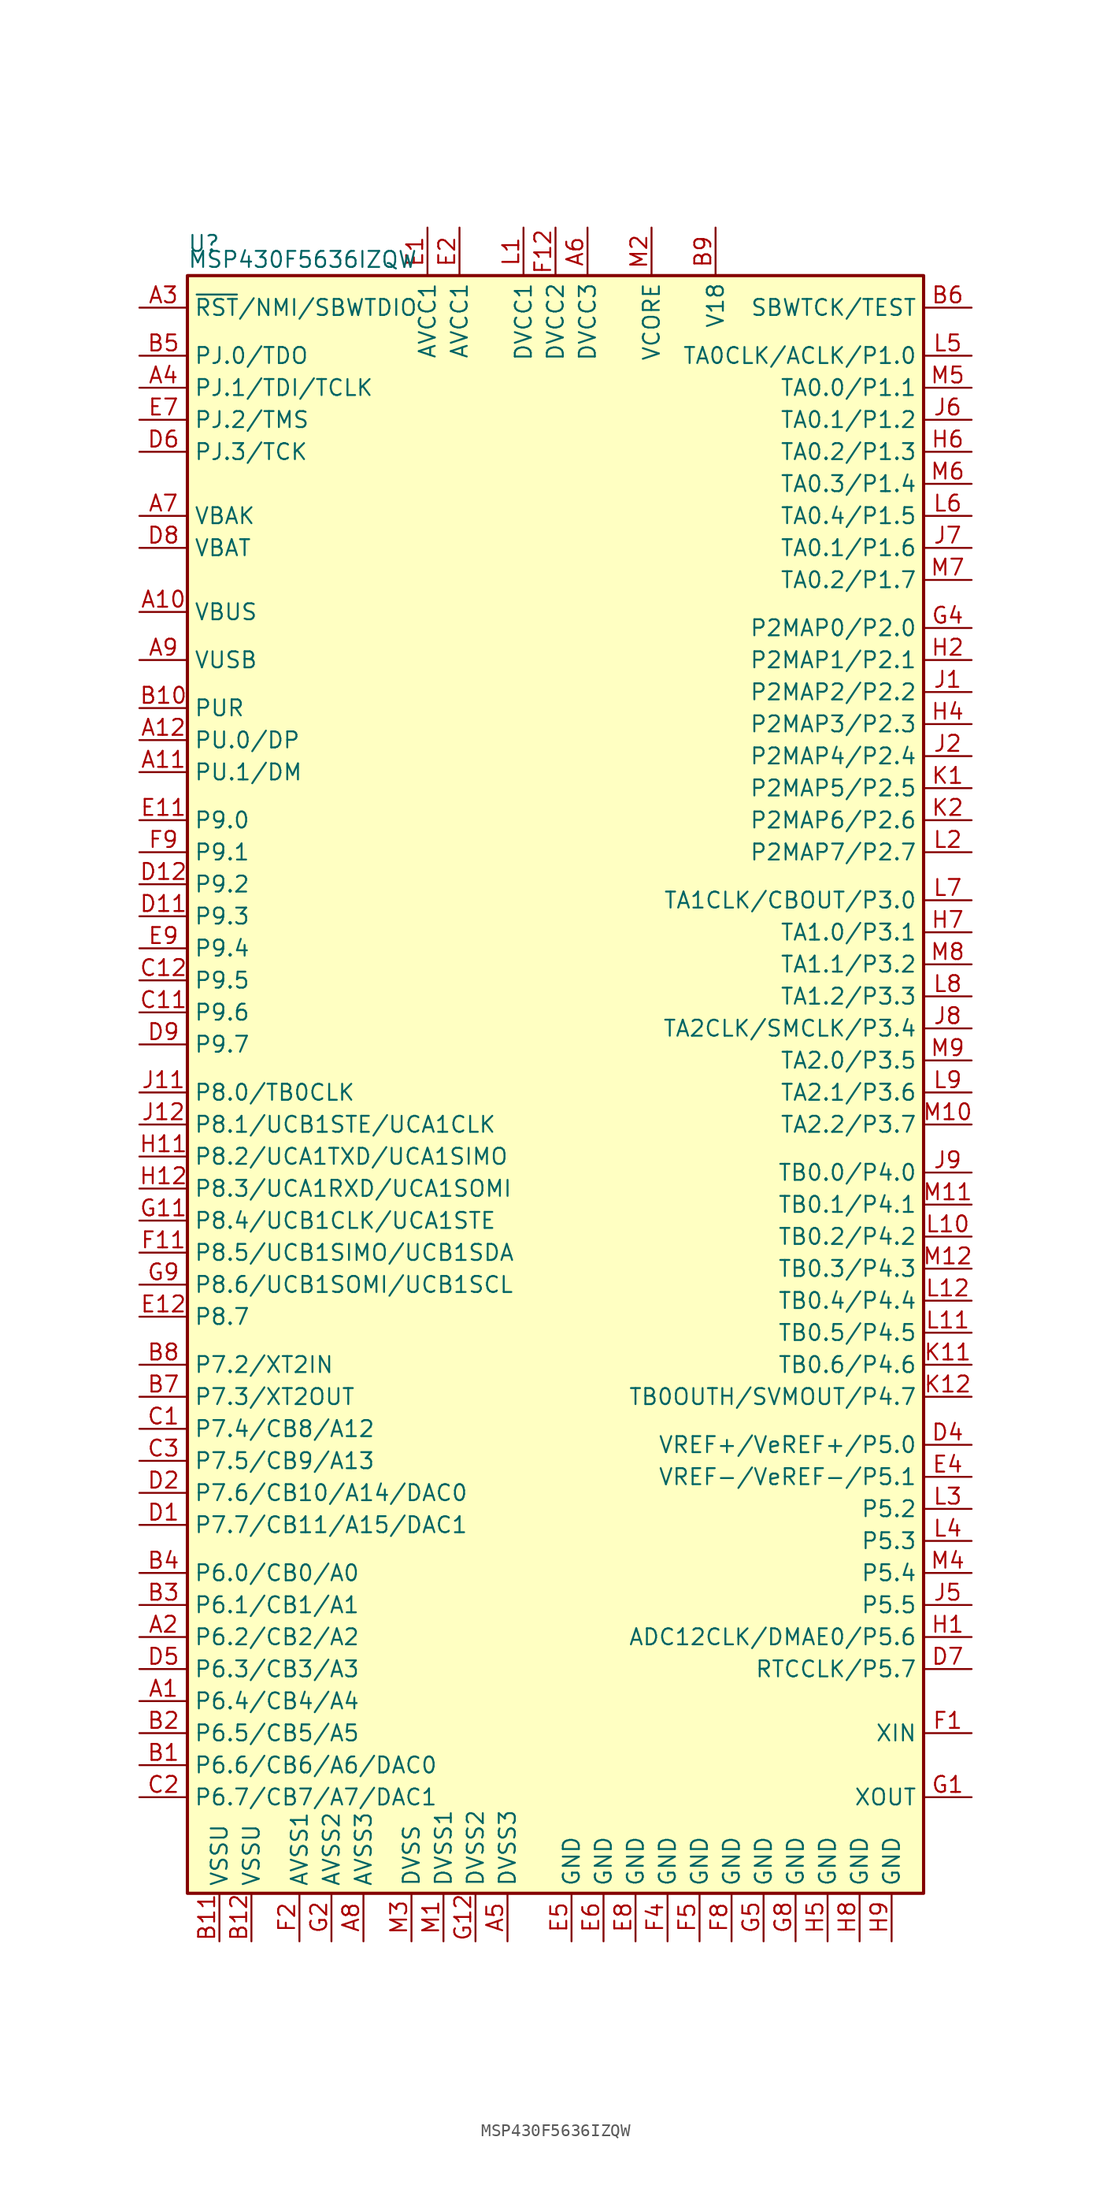
<source format=kicad_sym>
(kicad_symbol_lib
  (version 20231120)
  (generator "kicad_symbol_editor")
  (generator_version "8.0")
  (symbol "MSP430F5636IZQW"
    (property "Reference" "U"
      (at -29.21 66.04 0)
      (effects (font (size 1.27 1.27)) (justify left)))
    (property "Value" "MSP430F5636IZQW"
      (at -29.21 64.77 0)
      (effects (font (size 1.27 1.27)) (justify left)))
    (symbol "MSP430F5636IZQW_0_1"
      (rectangle (start -29.21 63.5) (end 29.21 -64.77) (stroke (width 0.254) (type default)) (fill (type background))))
    (symbol "MSP430F5636IZQW_1_1"
      (pin bidirectional line (at -33.02 -49.53 0) (length 3.81) (name "P6.4/CB4/A4" (effects (font (size 1.27 1.27)))) (number "A1" (effects (font (size 1.27 1.27)))))
      (pin bidirectional line (at -33.02 36.83 0) (length 3.81) (name "VBUS" (effects (font (size 1.27 1.27)))) (number "A10" (effects (font (size 1.27 1.27)))))
      (pin bidirectional line (at -33.02 24.13 0) (length 3.81) (name "PU.1/DM" (effects (font (size 1.27 1.27)))) (number "A11" (effects (font (size 1.27 1.27)))))
      (pin bidirectional line (at -33.02 26.67 0) (length 3.81) (name "PU.0/DP" (effects (font (size 1.27 1.27)))) (number "A12" (effects (font (size 1.27 1.27)))))
      (pin bidirectional line (at -33.02 -44.45 0) (length 3.81) (name "P6.2/CB2/A2" (effects (font (size 1.27 1.27)))) (number "A2" (effects (font (size 1.27 1.27)))))
      (pin input line (at -33.02 60.96 0) (length 3.81) (name "~{RST}/NMI/SBWTDIO" (effects (font (size 1.27 1.27)))) (number "A3" (effects (font (size 1.27 1.27)))))
      (pin bidirectional line (at -33.02 54.61 0) (length 3.81) (name "PJ.1/TDI/TCLK" (effects (font (size 1.27 1.27)))) (number "A4" (effects (font (size 1.27 1.27)))))
      (pin power_in line (at -3.81 -68.58 90) (length 3.81) (name "DVSS3" (effects (font (size 1.27 1.27)))) (number "A5" (effects (font (size 1.27 1.27)))))
      (pin power_in line (at 2.54 67.31 270) (length 3.81) (name "DVCC3" (effects (font (size 1.27 1.27)))) (number "A6" (effects (font (size 1.27 1.27)))))
      (pin bidirectional line (at -33.02 44.45 0) (length 3.81) (name "VBAK" (effects (font (size 1.27 1.27)))) (number "A7" (effects (font (size 1.27 1.27)))))
      (pin power_in line (at -15.24 -68.58 90) (length 3.81) (name "AVSS3" (effects (font (size 1.27 1.27)))) (number "A8" (effects (font (size 1.27 1.27)))))
      (pin bidirectional line (at -33.02 33.02 0) (length 3.81) (name "VUSB" (effects (font (size 1.27 1.27)))) (number "A9" (effects (font (size 1.27 1.27)))))
      (pin bidirectional line (at -33.02 -54.61 0) (length 3.81) (name "P6.6/CB6/A6/DAC0" (effects (font (size 1.27 1.27)))) (number "B1" (effects (font (size 1.27 1.27)))))
      (pin bidirectional line (at -33.02 29.21 0) (length 3.81) (name "PUR" (effects (font (size 1.27 1.27)))) (number "B10" (effects (font (size 1.27 1.27)))))
      (pin power_in line (at -26.67 -68.58 90) (length 3.81) (name "VSSU" (effects (font (size 1.27 1.27)))) (number "B11" (effects (font (size 1.27 1.27)))))
      (pin power_in line (at -24.13 -68.58 90) (length 3.81) (name "VSSU" (effects (font (size 1.27 1.27)))) (number "B12" (effects (font (size 1.27 1.27)))))
      (pin bidirectional line (at -33.02 -52.07 0) (length 3.81) (name "P6.5/CB5/A5" (effects (font (size 1.27 1.27)))) (number "B2" (effects (font (size 1.27 1.27)))))
      (pin bidirectional line (at -33.02 -41.91 0) (length 3.81) (name "P6.1/CB1/A1" (effects (font (size 1.27 1.27)))) (number "B3" (effects (font (size 1.27 1.27)))))
      (pin bidirectional line (at -33.02 -39.37 0) (length 3.81) (name "P6.0/CB0/A0" (effects (font (size 1.27 1.27)))) (number "B4" (effects (font (size 1.27 1.27)))))
      (pin bidirectional line (at -33.02 57.15 0) (length 3.81) (name "PJ.0/TDO" (effects (font (size 1.27 1.27)))) (number "B5" (effects (font (size 1.27 1.27)))))
      (pin input line (at 33.02 60.96 180) (length 3.81) (name "SBWTCK/TEST" (effects (font (size 1.27 1.27)))) (number "B6" (effects (font (size 1.27 1.27)))))
      (pin bidirectional line (at -33.02 -25.4 0) (length 3.81) (name "P7.3/XT2OUT" (effects (font (size 1.27 1.27)))) (number "B7" (effects (font (size 1.27 1.27)))))
      (pin bidirectional line (at -33.02 -22.86 0) (length 3.81) (name "P7.2/XT2IN" (effects (font (size 1.27 1.27)))) (number "B8" (effects (font (size 1.27 1.27)))))
      (pin passive line (at 12.7 67.31 270) (length 3.81) (name "V18" (effects (font (size 1.27 1.27)))) (number "B9" (effects (font (size 1.27 1.27)))))
      (pin bidirectional line (at -33.02 -27.94 0) (length 3.81) (name "P7.4/CB8/A12" (effects (font (size 1.27 1.27)))) (number "C1" (effects (font (size 1.27 1.27)))))
      (pin bidirectional line (at -33.02 5.08 0) (length 3.81) (name "P9.6" (effects (font (size 1.27 1.27)))) (number "C11" (effects (font (size 1.27 1.27)))))
      (pin bidirectional line (at -33.02 7.62 0) (length 3.81) (name "P9.5" (effects (font (size 1.27 1.27)))) (number "C12" (effects (font (size 1.27 1.27)))))
      (pin bidirectional line (at -33.02 -57.15 0) (length 3.81) (name "P6.7/CB7/A7/DAC1" (effects (font (size 1.27 1.27)))) (number "C2" (effects (font (size 1.27 1.27)))))
      (pin bidirectional line (at -33.02 -30.48 0) (length 3.81) (name "P7.5/CB9/A13" (effects (font (size 1.27 1.27)))) (number "C3" (effects (font (size 1.27 1.27)))))
      (pin bidirectional line (at -33.02 -35.56 0) (length 3.81) (name "P7.7/CB11/A15/DAC1" (effects (font (size 1.27 1.27)))) (number "D1" (effects (font (size 1.27 1.27)))))
      (pin bidirectional line (at -33.02 12.7 0) (length 3.81) (name "P9.3" (effects (font (size 1.27 1.27)))) (number "D11" (effects (font (size 1.27 1.27)))))
      (pin bidirectional line (at -33.02 15.24 0) (length 3.81) (name "P9.2" (effects (font (size 1.27 1.27)))) (number "D12" (effects (font (size 1.27 1.27)))))
      (pin bidirectional line (at -33.02 -33.02 0) (length 3.81) (name "P7.6/CB10/A14/DAC0" (effects (font (size 1.27 1.27)))) (number "D2" (effects (font (size 1.27 1.27)))))
      (pin bidirectional line (at 33.02 -29.21 180) (length 3.81) (name "VREF+/VeREF+/P5.0" (effects (font (size 1.27 1.27)))) (number "D4" (effects (font (size 1.27 1.27)))))
      (pin bidirectional line (at -33.02 -46.99 0) (length 3.81) (name "P6.3/CB3/A3" (effects (font (size 1.27 1.27)))) (number "D5" (effects (font (size 1.27 1.27)))))
      (pin bidirectional line (at -33.02 49.53 0) (length 3.81) (name "PJ.3/TCK" (effects (font (size 1.27 1.27)))) (number "D6" (effects (font (size 1.27 1.27)))))
      (pin bidirectional line (at 33.02 -46.99 180) (length 3.81) (name "RTCCLK/P5.7" (effects (font (size 1.27 1.27)))) (number "D7" (effects (font (size 1.27 1.27)))))
      (pin bidirectional line (at -33.02 41.91 0) (length 3.81) (name "VBAT" (effects (font (size 1.27 1.27)))) (number "D8" (effects (font (size 1.27 1.27)))))
      (pin bidirectional line (at -33.02 2.54 0) (length 3.81) (name "P9.7" (effects (font (size 1.27 1.27)))) (number "D9" (effects (font (size 1.27 1.27)))))
      (pin power_in line (at -10.16 67.31 270) (length 3.81) (name "AVCC1" (effects (font (size 1.27 1.27)))) (number "E1" (effects (font (size 1.27 1.27)))))
      (pin bidirectional line (at -33.02 20.32 0) (length 3.81) (name "P9.0" (effects (font (size 1.27 1.27)))) (number "E11" (effects (font (size 1.27 1.27)))))
      (pin bidirectional line (at -33.02 -19.05 0) (length 3.81) (name "P8.7" (effects (font (size 1.27 1.27)))) (number "E12" (effects (font (size 1.27 1.27)))))
      (pin power_in line (at -7.62 67.31 270) (length 3.81) (name "AVCC1" (effects (font (size 1.27 1.27)))) (number "E2" (effects (font (size 1.27 1.27)))))
      (pin bidirectional line (at 33.02 -31.75 180) (length 3.81) (name "VREF-/VeREF-/P5.1" (effects (font (size 1.27 1.27)))) (number "E4" (effects (font (size 1.27 1.27)))))
      (pin power_in line (at 1.27 -68.58 90) (length 3.81) (name "GND" (effects (font (size 1.27 1.27)))) (number "E5" (effects (font (size 1.27 1.27)))))
      (pin power_in line (at 3.81 -68.58 90) (length 3.81) (name "GND" (effects (font (size 1.27 1.27)))) (number "E6" (effects (font (size 1.27 1.27)))))
      (pin bidirectional line (at -33.02 52.07 0) (length 3.81) (name "PJ.2/TMS" (effects (font (size 1.27 1.27)))) (number "E7" (effects (font (size 1.27 1.27)))))
      (pin power_in line (at 6.35 -68.58 90) (length 3.81) (name "GND" (effects (font (size 1.27 1.27)))) (number "E8" (effects (font (size 1.27 1.27)))))
      (pin bidirectional line (at -33.02 10.16 0) (length 3.81) (name "P9.4" (effects (font (size 1.27 1.27)))) (number "E9" (effects (font (size 1.27 1.27)))))
      (pin bidirectional line (at 33.02 -52.07 180) (length 3.81) (name "XIN" (effects (font (size 1.27 1.27)))) (number "F1" (effects (font (size 1.27 1.27)))))
      (pin bidirectional line (at -33.02 -13.97 0) (length 3.81) (name "P8.5/UCB1SIMO/UCB1SDA" (effects (font (size 1.27 1.27)))) (number "F11" (effects (font (size 1.27 1.27)))))
      (pin power_in line (at 0 67.31 270) (length 3.81) (name "DVCC2" (effects (font (size 1.27 1.27)))) (number "F12" (effects (font (size 1.27 1.27)))))
      (pin power_in line (at -20.32 -68.58 90) (length 3.81) (name "AVSS1" (effects (font (size 1.27 1.27)))) (number "F2" (effects (font (size 1.27 1.27)))))
      (pin power_in line (at 8.89 -68.58 90) (length 3.81) (name "GND" (effects (font (size 1.27 1.27)))) (number "F4" (effects (font (size 1.27 1.27)))))
      (pin power_in line (at 11.43 -68.58 90) (length 3.81) (name "GND" (effects (font (size 1.27 1.27)))) (number "F5" (effects (font (size 1.27 1.27)))))
      (pin power_in line (at 13.97 -68.58 90) (length 3.81) (name "GND" (effects (font (size 1.27 1.27)))) (number "F8" (effects (font (size 1.27 1.27)))))
      (pin bidirectional line (at -33.02 17.78 0) (length 3.81) (name "P9.1" (effects (font (size 1.27 1.27)))) (number "F9" (effects (font (size 1.27 1.27)))))
      (pin bidirectional line (at 33.02 -57.15 180) (length 3.81) (name "XOUT" (effects (font (size 1.27 1.27)))) (number "G1" (effects (font (size 1.27 1.27)))))
      (pin bidirectional line (at -33.02 -11.43 0) (length 3.81) (name "P8.4/UCB1CLK/UCA1STE" (effects (font (size 1.27 1.27)))) (number "G11" (effects (font (size 1.27 1.27)))))
      (pin power_in line (at -6.35 -68.58 90) (length 3.81) (name "DVSS2" (effects (font (size 1.27 1.27)))) (number "G12" (effects (font (size 1.27 1.27)))))
      (pin power_in line (at -17.78 -68.58 90) (length 3.81) (name "AVSS2" (effects (font (size 1.27 1.27)))) (number "G2" (effects (font (size 1.27 1.27)))))
      (pin bidirectional line (at 33.02 35.56 180) (length 3.81) (name "P2MAP0/P2.0" (effects (font (size 1.27 1.27)))) (number "G4" (effects (font (size 1.27 1.27)))))
      (pin power_in line (at 16.51 -68.58 90) (length 3.81) (name "GND" (effects (font (size 1.27 1.27)))) (number "G5" (effects (font (size 1.27 1.27)))))
      (pin power_in line (at 19.05 -68.58 90) (length 3.81) (name "GND" (effects (font (size 1.27 1.27)))) (number "G8" (effects (font (size 1.27 1.27)))))
      (pin bidirectional line (at -33.02 -16.51 0) (length 3.81) (name "P8.6/UCB1SOMI/UCB1SCL" (effects (font (size 1.27 1.27)))) (number "G9" (effects (font (size 1.27 1.27)))))
      (pin bidirectional line (at 33.02 -44.45 180) (length 3.81) (name "ADC12CLK/DMAE0/P5.6" (effects (font (size 1.27 1.27)))) (number "H1" (effects (font (size 1.27 1.27)))))
      (pin bidirectional line (at -33.02 -6.35 0) (length 3.81) (name "P8.2/UCA1TXD/UCA1SIMO" (effects (font (size 1.27 1.27)))) (number "H11" (effects (font (size 1.27 1.27)))))
      (pin bidirectional line (at -33.02 -8.89 0) (length 3.81) (name "P8.3/UCA1RXD/UCA1SOMI" (effects (font (size 1.27 1.27)))) (number "H12" (effects (font (size 1.27 1.27)))))
      (pin bidirectional line (at 33.02 33.02 180) (length 3.81) (name "P2MAP1/P2.1" (effects (font (size 1.27 1.27)))) (number "H2" (effects (font (size 1.27 1.27)))))
      (pin bidirectional line (at 33.02 27.94 180) (length 3.81) (name "P2MAP3/P2.3" (effects (font (size 1.27 1.27)))) (number "H4" (effects (font (size 1.27 1.27)))))
      (pin power_in line (at 21.59 -68.58 90) (length 3.81) (name "GND" (effects (font (size 1.27 1.27)))) (number "H5" (effects (font (size 1.27 1.27)))))
      (pin bidirectional line (at 33.02 49.53 180) (length 3.81) (name "TA0.2/P1.3" (effects (font (size 1.27 1.27)))) (number "H6" (effects (font (size 1.27 1.27)))))
      (pin bidirectional line (at 33.02 11.43 180) (length 3.81) (name "TA1.0/P3.1" (effects (font (size 1.27 1.27)))) (number "H7" (effects (font (size 1.27 1.27)))))
      (pin power_in line (at 24.13 -68.58 90) (length 3.81) (name "GND" (effects (font (size 1.27 1.27)))) (number "H8" (effects (font (size 1.27 1.27)))))
      (pin power_in line (at 26.67 -68.58 90) (length 3.81) (name "GND" (effects (font (size 1.27 1.27)))) (number "H9" (effects (font (size 1.27 1.27)))))
      (pin bidirectional line (at 33.02 30.48 180) (length 3.81) (name "P2MAP2/P2.2" (effects (font (size 1.27 1.27)))) (number "J1" (effects (font (size 1.27 1.27)))))
      (pin bidirectional line (at -33.02 -1.27 0) (length 3.81) (name "P8.0/TB0CLK" (effects (font (size 1.27 1.27)))) (number "J11" (effects (font (size 1.27 1.27)))))
      (pin bidirectional line (at -33.02 -3.81 0) (length 3.81) (name "P8.1/UCB1STE/UCA1CLK" (effects (font (size 1.27 1.27)))) (number "J12" (effects (font (size 1.27 1.27)))))
      (pin bidirectional line (at 33.02 25.4 180) (length 3.81) (name "P2MAP4/P2.4" (effects (font (size 1.27 1.27)))) (number "J2" (effects (font (size 1.27 1.27)))))
      (pin bidirectional line (at 33.02 -41.91 180) (length 3.81) (name "P5.5" (effects (font (size 1.27 1.27)))) (number "J5" (effects (font (size 1.27 1.27)))))
      (pin bidirectional line (at 33.02 52.07 180) (length 3.81) (name "TA0.1/P1.2" (effects (font (size 1.27 1.27)))) (number "J6" (effects (font (size 1.27 1.27)))))
      (pin bidirectional line (at 33.02 41.91 180) (length 3.81) (name "TA0.1/P1.6" (effects (font (size 1.27 1.27)))) (number "J7" (effects (font (size 1.27 1.27)))))
      (pin bidirectional line (at 33.02 3.81 180) (length 3.81) (name "TA2CLK/SMCLK/P3.4" (effects (font (size 1.27 1.27)))) (number "J8" (effects (font (size 1.27 1.27)))))
      (pin bidirectional line (at 33.02 -7.62 180) (length 3.81) (name "TB0.0/P4.0" (effects (font (size 1.27 1.27)))) (number "J9" (effects (font (size 1.27 1.27)))))
      (pin bidirectional line (at 33.02 22.86 180) (length 3.81) (name "P2MAP5/P2.5" (effects (font (size 1.27 1.27)))) (number "K1" (effects (font (size 1.27 1.27)))))
      (pin bidirectional line (at 33.02 -22.86 180) (length 3.81) (name "TB0.6/P4.6" (effects (font (size 1.27 1.27)))) (number "K11" (effects (font (size 1.27 1.27)))))
      (pin bidirectional line (at 33.02 -25.4 180) (length 3.81) (name "TB0OUTH/SVMOUT/P4.7" (effects (font (size 1.27 1.27)))) (number "K12" (effects (font (size 1.27 1.27)))))
      (pin bidirectional line (at 33.02 20.32 180) (length 3.81) (name "P2MAP6/P2.6" (effects (font (size 1.27 1.27)))) (number "K2" (effects (font (size 1.27 1.27)))))
      (pin power_in line (at -2.54 67.31 270) (length 3.81) (name "DVCC1" (effects (font (size 1.27 1.27)))) (number "L1" (effects (font (size 1.27 1.27)))))
      (pin bidirectional line (at 33.02 -12.7 180) (length 3.81) (name "TB0.2/P4.2" (effects (font (size 1.27 1.27)))) (number "L10" (effects (font (size 1.27 1.27)))))
      (pin bidirectional line (at 33.02 -20.32 180) (length 3.81) (name "TB0.5/P4.5" (effects (font (size 1.27 1.27)))) (number "L11" (effects (font (size 1.27 1.27)))))
      (pin bidirectional line (at 33.02 -17.78 180) (length 3.81) (name "TB0.4/P4.4" (effects (font (size 1.27 1.27)))) (number "L12" (effects (font (size 1.27 1.27)))))
      (pin bidirectional line (at 33.02 17.78 180) (length 3.81) (name "P2MAP7/P2.7" (effects (font (size 1.27 1.27)))) (number "L2" (effects (font (size 1.27 1.27)))))
      (pin bidirectional line (at 33.02 -34.29 180) (length 3.81) (name "P5.2" (effects (font (size 1.27 1.27)))) (number "L3" (effects (font (size 1.27 1.27)))))
      (pin bidirectional line (at 33.02 -36.83 180) (length 3.81) (name "P5.3" (effects (font (size 1.27 1.27)))) (number "L4" (effects (font (size 1.27 1.27)))))
      (pin bidirectional line (at 33.02 57.15 180) (length 3.81) (name "TA0CLK/ACLK/P1.0" (effects (font (size 1.27 1.27)))) (number "L5" (effects (font (size 1.27 1.27)))))
      (pin bidirectional line (at 33.02 44.45 180) (length 3.81) (name "TA0.4/P1.5" (effects (font (size 1.27 1.27)))) (number "L6" (effects (font (size 1.27 1.27)))))
      (pin bidirectional line (at 33.02 13.97 180) (length 3.81) (name "TA1CLK/CBOUT/P3.0" (effects (font (size 1.27 1.27)))) (number "L7" (effects (font (size 1.27 1.27)))))
      (pin bidirectional line (at 33.02 6.35 180) (length 3.81) (name "TA1.2/P3.3" (effects (font (size 1.27 1.27)))) (number "L8" (effects (font (size 1.27 1.27)))))
      (pin bidirectional line (at 33.02 -1.27 180) (length 3.81) (name "TA2.1/P3.6" (effects (font (size 1.27 1.27)))) (number "L9" (effects (font (size 1.27 1.27)))))
      (pin power_in line (at -8.89 -68.58 90) (length 3.81) (name "DVSS1" (effects (font (size 1.27 1.27)))) (number "M1" (effects (font (size 1.27 1.27)))))
      (pin bidirectional line (at 33.02 -3.81 180) (length 3.81) (name "TA2.2/P3.7" (effects (font (size 1.27 1.27)))) (number "M10" (effects (font (size 1.27 1.27)))))
      (pin bidirectional line (at 33.02 -10.16 180) (length 3.81) (name "TB0.1/P4.1" (effects (font (size 1.27 1.27)))) (number "M11" (effects (font (size 1.27 1.27)))))
      (pin bidirectional line (at 33.02 -15.24 180) (length 3.81) (name "TB0.3/P4.3" (effects (font (size 1.27 1.27)))) (number "M12" (effects (font (size 1.27 1.27)))))
      (pin bidirectional line (at 7.62 67.31 270) (length 3.81) (name "VCORE" (effects (font (size 1.27 1.27)))) (number "M2" (effects (font (size 1.27 1.27)))))
      (pin power_in line (at -11.43 -68.58 90) (length 3.81) (name "DVSS" (effects (font (size 1.27 1.27)))) (number "M3" (effects (font (size 1.27 1.27)))))
      (pin bidirectional line (at 33.02 -39.37 180) (length 3.81) (name "P5.4" (effects (font (size 1.27 1.27)))) (number "M4" (effects (font (size 1.27 1.27)))))
      (pin bidirectional line (at 33.02 54.61 180) (length 3.81) (name "TA0.0/P1.1" (effects (font (size 1.27 1.27)))) (number "M5" (effects (font (size 1.27 1.27)))))
      (pin bidirectional line (at 33.02 46.99 180) (length 3.81) (name "TA0.3/P1.4" (effects (font (size 1.27 1.27)))) (number "M6" (effects (font (size 1.27 1.27)))))
      (pin bidirectional line (at 33.02 39.37 180) (length 3.81) (name "TA0.2/P1.7" (effects (font (size 1.27 1.27)))) (number "M7" (effects (font (size 1.27 1.27)))))
      (pin bidirectional line (at 33.02 8.89 180) (length 3.81) (name "TA1.1/P3.2" (effects (font (size 1.27 1.27)))) (number "M8" (effects (font (size 1.27 1.27)))))
      (pin bidirectional line (at 33.02 1.27 180) (length 3.81) (name "TA2.0/P3.5" (effects (font (size 1.27 1.27)))) (number "M9" (effects (font (size 1.27 1.27))))))))
</source>
